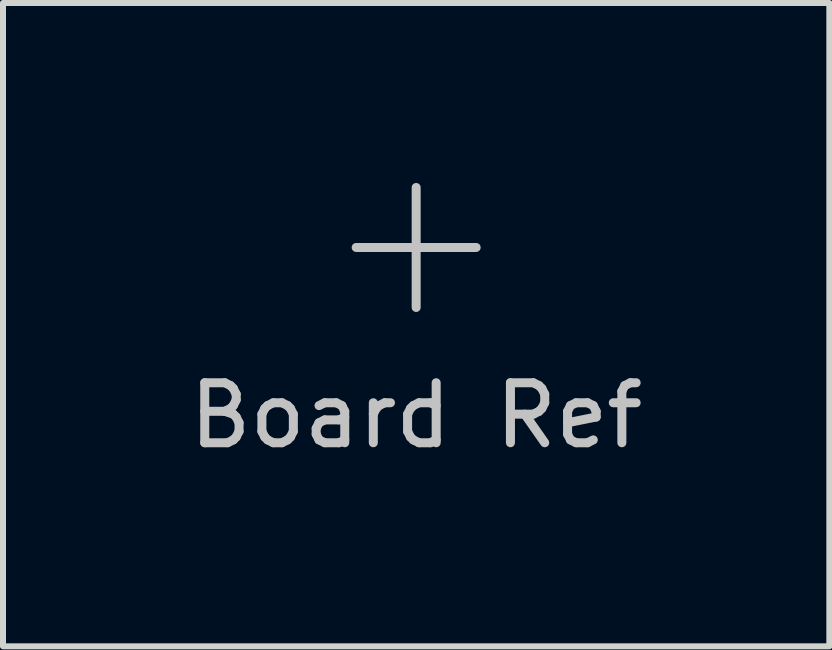
<source format=kicad_pcb>
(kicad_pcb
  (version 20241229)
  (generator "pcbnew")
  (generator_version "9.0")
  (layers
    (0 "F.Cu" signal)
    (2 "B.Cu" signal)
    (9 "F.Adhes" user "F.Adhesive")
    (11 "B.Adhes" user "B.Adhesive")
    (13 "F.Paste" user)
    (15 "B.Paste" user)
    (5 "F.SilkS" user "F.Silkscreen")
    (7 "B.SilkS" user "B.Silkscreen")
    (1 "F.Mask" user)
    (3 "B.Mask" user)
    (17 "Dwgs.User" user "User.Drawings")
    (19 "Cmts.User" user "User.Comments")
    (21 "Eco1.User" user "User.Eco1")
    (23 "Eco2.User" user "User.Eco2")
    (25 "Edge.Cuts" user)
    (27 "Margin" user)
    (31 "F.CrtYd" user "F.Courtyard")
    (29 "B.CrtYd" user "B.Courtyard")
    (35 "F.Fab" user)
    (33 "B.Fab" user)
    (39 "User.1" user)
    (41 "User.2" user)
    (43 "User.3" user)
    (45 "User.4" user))
  (footprint "Board Ref"
    (layer "F.Cu")
    (at 3.887 1.075)
    (property "Reference" "Board Ref" (at 0 2.8 0) (layer "Dwgs.User") (effects (font (size 1 1) (thickness 0.15))))
    (attr through_hole)
    (fp_line (start 0 -1) (end 0 1) (stroke (width 0.15) (type solid)) (layer "Dwgs.User"))
    (fp_line (start 1 0) (end -1 0) (stroke (width 0.15) (type solid)) (layer "Dwgs.User")))
  (gr_rect
    (start -3 -3)
    (end 10.774 7.723)
    (stroke (width 0.1) (type default))
    (fill no)
    (layer "Edge.Cuts")))
</source>
